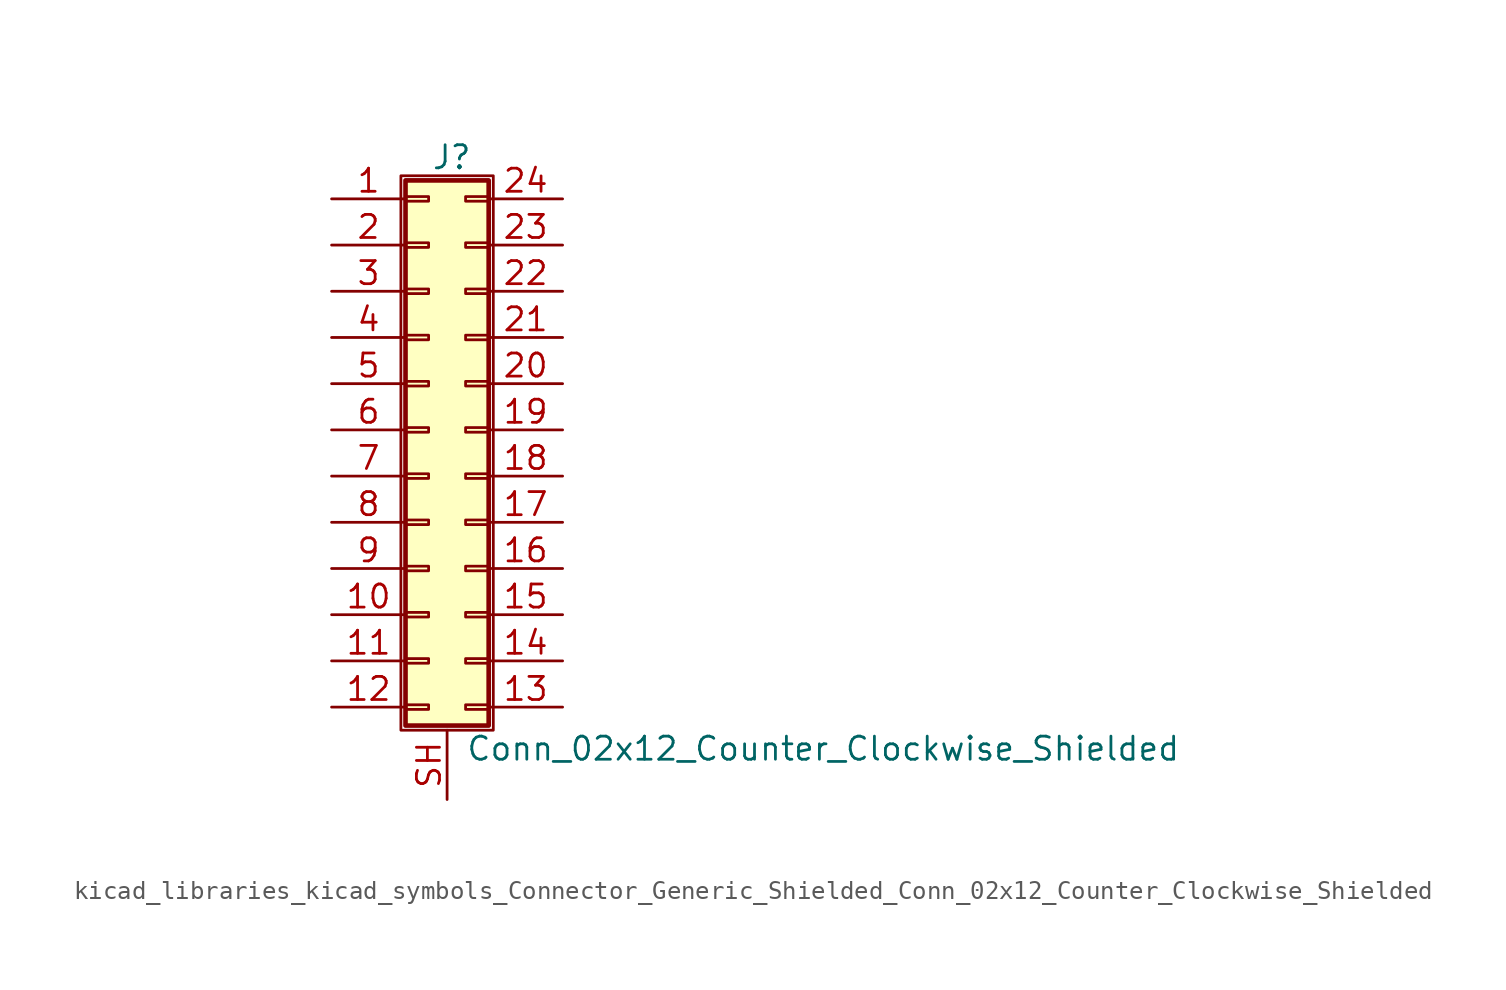
<source format=kicad_sym>
(kicad_symbol_lib
  (version 20220914)
  (generator kicad_symbol_editor)
  (symbol "kicad_libraries_kicad_symbols_Connector_Generic_Shielded_Conn_02x12_Counter_Clockwise_Shielded"
    (pin_names
      (offset 1.016) hide)
    (property "Reference" "J"
      (at 1.524 14.986 0)
      (effects (font (size 1.27 1.27))))
    (property "Value" "Conn_02x12_Counter_Clockwise_Shielded"
      (at 2.286 -17.526 0)
      (effects (font (size 1.27 1.27)) (justify left)))
    (symbol "kicad_libraries_kicad_symbols_Connector_Generic_Shielded_Conn_02x12_Counter_Clockwise_Shielded_1_1"
      (rectangle (start -1.27 13.97) (end 3.81 -16.51) (stroke (width 0.152) (type default)) (fill (type none)))
      (rectangle (start -1.016 -15.113) (end 0.254 -15.367) (stroke (width 0.152) (type default)) (fill (type none)))
      (rectangle (start -1.016 -12.573) (end 0.254 -12.827) (stroke (width 0.152) (type default)) (fill (type none)))
      (rectangle (start -1.016 -10.033) (end 0.254 -10.287) (stroke (width 0.152) (type default)) (fill (type none)))
      (rectangle (start -1.016 -7.493) (end 0.254 -7.747) (stroke (width 0.152) (type default)) (fill (type none)))
      (rectangle (start -1.016 -4.953) (end 0.254 -5.207) (stroke (width 0.152) (type default)) (fill (type none)))
      (rectangle (start -1.016 -2.413) (end 0.254 -2.667) (stroke (width 0.152) (type default)) (fill (type none)))
      (rectangle (start -1.016 0.127) (end 0.254 -0.127) (stroke (width 0.152) (type default)) (fill (type none)))
      (rectangle (start -1.016 2.667) (end 0.254 2.413) (stroke (width 0.152) (type default)) (fill (type none)))
      (rectangle (start -1.016 5.207) (end 0.254 4.953) (stroke (width 0.152) (type default)) (fill (type none)))
      (rectangle (start -1.016 7.747) (end 0.254 7.493) (stroke (width 0.152) (type default)) (fill (type none)))
      (rectangle (start -1.016 10.287) (end 0.254 10.033) (stroke (width 0.152) (type default)) (fill (type none)))
      (rectangle (start -1.016 12.827) (end 0.254 12.573) (stroke (width 0.152) (type default)) (fill (type none)))
      (rectangle (start -1.016 13.716) (end 3.556 -16.256) (stroke (width 0.254) (type default)) (fill (type background)))
      (rectangle (start 3.556 -15.113) (end 2.286 -15.367) (stroke (width 0.152) (type default)) (fill (type none)))
      (rectangle (start 3.556 -12.573) (end 2.286 -12.827) (stroke (width 0.152) (type default)) (fill (type none)))
      (rectangle (start 3.556 -10.033) (end 2.286 -10.287) (stroke (width 0.152) (type default)) (fill (type none)))
      (rectangle (start 3.556 -7.493) (end 2.286 -7.747) (stroke (width 0.152) (type default)) (fill (type none)))
      (rectangle (start 3.556 -4.953) (end 2.286 -5.207) (stroke (width 0.152) (type default)) (fill (type none)))
      (rectangle (start 3.556 -2.413) (end 2.286 -2.667) (stroke (width 0.152) (type default)) (fill (type none)))
      (rectangle (start 3.556 0.127) (end 2.286 -0.127) (stroke (width 0.152) (type default)) (fill (type none)))
      (rectangle (start 3.556 2.667) (end 2.286 2.413) (stroke (width 0.152) (type default)) (fill (type none)))
      (rectangle (start 3.556 5.207) (end 2.286 4.953) (stroke (width 0.152) (type default)) (fill (type none)))
      (rectangle (start 3.556 7.747) (end 2.286 7.493) (stroke (width 0.152) (type default)) (fill (type none)))
      (rectangle (start 3.556 10.287) (end 2.286 10.033) (stroke (width 0.152) (type default)) (fill (type none)))
      (rectangle (start 3.556 12.827) (end 2.286 12.573) (stroke (width 0.152) (type default)) (fill (type none)))
      (pin passive line (at -5.08 12.7 0) (length 4.064) (name "Pin_1" (effects (font (size 1.27 1.27)))) (number "1" (effects (font (size 1.27 1.27)))))
      (pin passive line (at -5.08 -10.16 0) (length 4.064) (name "Pin_10" (effects (font (size 1.27 1.27)))) (number "10" (effects (font (size 1.27 1.27)))))
      (pin passive line (at -5.08 -12.7 0) (length 4.064) (name "Pin_11" (effects (font (size 1.27 1.27)))) (number "11" (effects (font (size 1.27 1.27)))))
      (pin passive line (at -5.08 -15.24 0) (length 4.064) (name "Pin_12" (effects (font (size 1.27 1.27)))) (number "12" (effects (font (size 1.27 1.27)))))
      (pin passive line (at 7.62 -15.24 180) (length 4.064) (name "Pin_13" (effects (font (size 1.27 1.27)))) (number "13" (effects (font (size 1.27 1.27)))))
      (pin passive line (at 7.62 -12.7 180) (length 4.064) (name "Pin_14" (effects (font (size 1.27 1.27)))) (number "14" (effects (font (size 1.27 1.27)))))
      (pin passive line (at 7.62 -10.16 180) (length 4.064) (name "Pin_15" (effects (font (size 1.27 1.27)))) (number "15" (effects (font (size 1.27 1.27)))))
      (pin passive line (at 7.62 -7.62 180) (length 4.064) (name "Pin_16" (effects (font (size 1.27 1.27)))) (number "16" (effects (font (size 1.27 1.27)))))
      (pin passive line (at 7.62 -5.08 180) (length 4.064) (name "Pin_17" (effects (font (size 1.27 1.27)))) (number "17" (effects (font (size 1.27 1.27)))))
      (pin passive line (at 7.62 -2.54 180) (length 4.064) (name "Pin_18" (effects (font (size 1.27 1.27)))) (number "18" (effects (font (size 1.27 1.27)))))
      (pin passive line (at 7.62 0 180) (length 4.064) (name "Pin_19" (effects (font (size 1.27 1.27)))) (number "19" (effects (font (size 1.27 1.27)))))
      (pin passive line (at -5.08 10.16 0) (length 4.064) (name "Pin_2" (effects (font (size 1.27 1.27)))) (number "2" (effects (font (size 1.27 1.27)))))
      (pin passive line (at 7.62 2.54 180) (length 4.064) (name "Pin_20" (effects (font (size 1.27 1.27)))) (number "20" (effects (font (size 1.27 1.27)))))
      (pin passive line (at 7.62 5.08 180) (length 4.064) (name "Pin_21" (effects (font (size 1.27 1.27)))) (number "21" (effects (font (size 1.27 1.27)))))
      (pin passive line (at 7.62 7.62 180) (length 4.064) (name "Pin_22" (effects (font (size 1.27 1.27)))) (number "22" (effects (font (size 1.27 1.27)))))
      (pin passive line (at 7.62 10.16 180) (length 4.064) (name "Pin_23" (effects (font (size 1.27 1.27)))) (number "23" (effects (font (size 1.27 1.27)))))
      (pin passive line (at 7.62 12.7 180) (length 4.064) (name "Pin_24" (effects (font (size 1.27 1.27)))) (number "24" (effects (font (size 1.27 1.27)))))
      (pin passive line (at -5.08 7.62 0) (length 4.064) (name "Pin_3" (effects (font (size 1.27 1.27)))) (number "3" (effects (font (size 1.27 1.27)))))
      (pin passive line (at -5.08 5.08 0) (length 4.064) (name "Pin_4" (effects (font (size 1.27 1.27)))) (number "4" (effects (font (size 1.27 1.27)))))
      (pin passive line (at -5.08 2.54 0) (length 4.064) (name "Pin_5" (effects (font (size 1.27 1.27)))) (number "5" (effects (font (size 1.27 1.27)))))
      (pin passive line (at -5.08 0 0) (length 4.064) (name "Pin_6" (effects (font (size 1.27 1.27)))) (number "6" (effects (font (size 1.27 1.27)))))
      (pin passive line (at -5.08 -2.54 0) (length 4.064) (name "Pin_7" (effects (font (size 1.27 1.27)))) (number "7" (effects (font (size 1.27 1.27)))))
      (pin passive line (at -5.08 -5.08 0) (length 4.064) (name "Pin_8" (effects (font (size 1.27 1.27)))) (number "8" (effects (font (size 1.27 1.27)))))
      (pin passive line (at -5.08 -7.62 0) (length 4.064) (name "Pin_9" (effects (font (size 1.27 1.27)))) (number "9" (effects (font (size 1.27 1.27)))))
      (pin passive line (at 1.27 -20.32 90) (length 3.81) (name "Shield" (effects (font (size 1.27 1.27)))) (number "SH" (effects (font (size 1.27 1.27))))))))
</source>
